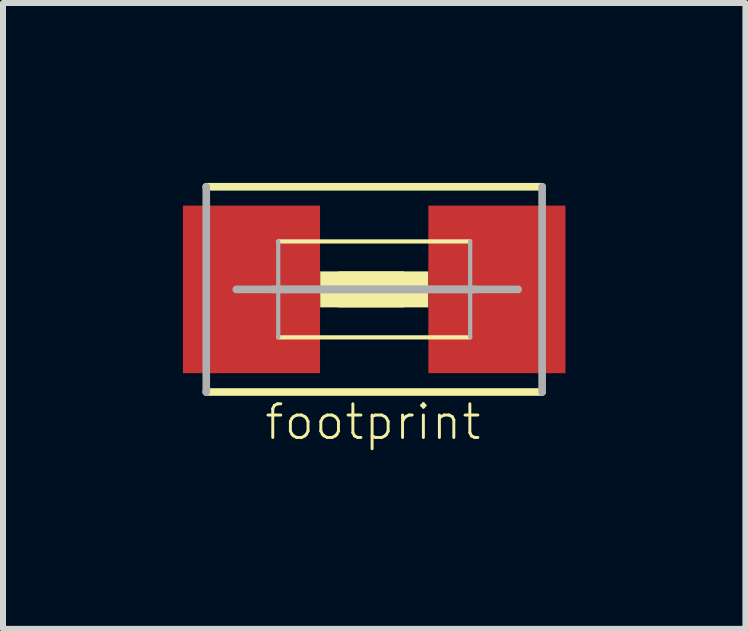
<source format=kicad_pcb>
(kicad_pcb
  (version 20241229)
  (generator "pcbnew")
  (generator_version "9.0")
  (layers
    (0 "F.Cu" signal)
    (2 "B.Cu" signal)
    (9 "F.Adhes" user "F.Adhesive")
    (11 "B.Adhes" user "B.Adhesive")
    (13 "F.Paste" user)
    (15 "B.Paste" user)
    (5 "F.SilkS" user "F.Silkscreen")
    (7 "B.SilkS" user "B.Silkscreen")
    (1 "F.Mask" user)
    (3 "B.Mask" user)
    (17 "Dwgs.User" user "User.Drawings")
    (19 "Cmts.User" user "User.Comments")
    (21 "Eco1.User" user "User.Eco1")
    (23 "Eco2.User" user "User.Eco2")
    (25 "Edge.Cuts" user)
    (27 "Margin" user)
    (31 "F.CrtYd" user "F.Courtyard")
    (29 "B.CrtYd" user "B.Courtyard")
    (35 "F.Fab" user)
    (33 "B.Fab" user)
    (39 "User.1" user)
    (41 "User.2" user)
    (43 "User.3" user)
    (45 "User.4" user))
  (footprint "footprint"
    (layer "F.Cu")
    (at 3.189 1.775)
    (property "Reference" "footprint" (at -1.857 2.54 0) (layer "F.SilkS") (effects (font (size 0.561 0.561) (thickness 0.049)) (justify left bottom)))
    (fp_line (start -2.8 -1.711) (end 2.8 -1.711) (stroke (width 0.127) (type solid)) (layer "F.SilkS"))
    (fp_line (start -1.6 -0.8) (end 1.6 -0.8) (stroke (width 0.07) (type solid)) (layer "F.SilkS"))
    (fp_line (start 1.6 0.8) (end -1.6 0.8) (stroke (width 0.07) (type solid)) (layer "F.SilkS"))
    (fp_line (start 2.8 1.711) (end -2.8 1.711) (stroke (width 0.127) (type solid)) (layer "F.SilkS"))
    (fp_poly (pts (xy -0.9 0.3) (xy 0.9 0.3) (xy 0.9 -0.3) (xy -0.9 -0.3)) (stroke (width 0) (type solid)) (fill yes) (layer "F.SilkS"))
    (fp_poly (pts (xy -0.6 0.3) (xy 0.5 0.3) (xy 0.5 -0.3) (xy -0.6 -0.3)) (stroke (width 0) (type solid)) (fill yes) (layer "F.SilkS"))
    (fp_line (start -2.8 1.711) (end -2.8 -1.711) (stroke (width 0.127) (type solid)) (layer "F.Fab"))
    (fp_line (start -2.3 0) (end 2.4 0) (stroke (width 0.127) (type solid)) (layer "F.Fab"))
    (fp_line (start -1.7 0) (end 1.7 0) (stroke (width 0.127) (type solid)) (layer "F.Fab"))
    (fp_line (start -1.6 0.8) (end -1.6 -0.8) (stroke (width 0.07) (type solid)) (layer "F.Fab"))
    (fp_line (start 1.6 -0.8) (end 1.6 0.8) (stroke (width 0.07) (type solid)) (layer "F.Fab"))
    (fp_line (start 2.8 -1.711) (end 2.8 1.711) (stroke (width 0.127) (type solid)) (layer "F.Fab"))
    (pad "1" smd rect (at -2.046 0) (size 2.286 2.794) (layers "F.Cu" "F.Mask" "F.Paste"))
    (pad "2" smd rect (at 2.046 0) (size 2.286 2.794) (layers "F.Cu" "F.Mask" "F.Paste")))
  (gr_rect
    (start -3 -3)
    (end 9.378 7.435)
    (stroke (width 0.1) (type default))
    (fill no)
    (layer "Edge.Cuts")))
</source>
